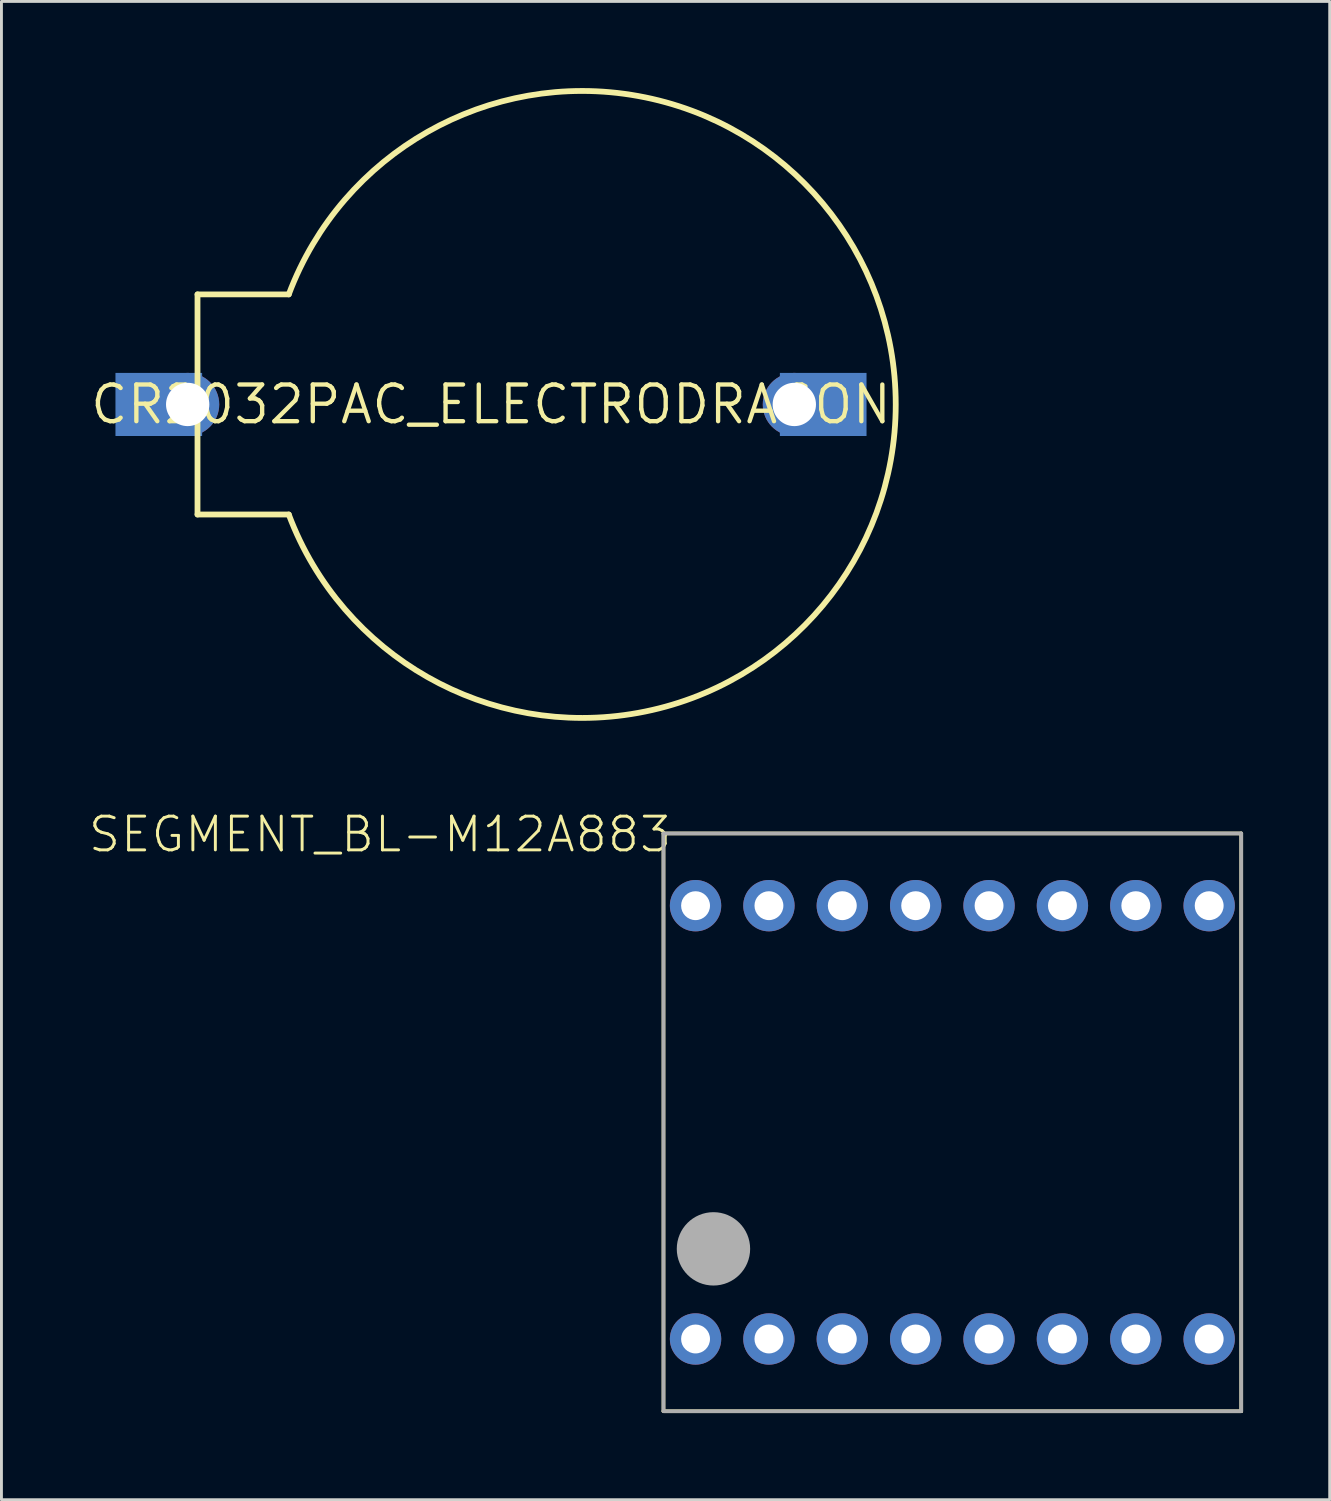
<source format=kicad_pcb>
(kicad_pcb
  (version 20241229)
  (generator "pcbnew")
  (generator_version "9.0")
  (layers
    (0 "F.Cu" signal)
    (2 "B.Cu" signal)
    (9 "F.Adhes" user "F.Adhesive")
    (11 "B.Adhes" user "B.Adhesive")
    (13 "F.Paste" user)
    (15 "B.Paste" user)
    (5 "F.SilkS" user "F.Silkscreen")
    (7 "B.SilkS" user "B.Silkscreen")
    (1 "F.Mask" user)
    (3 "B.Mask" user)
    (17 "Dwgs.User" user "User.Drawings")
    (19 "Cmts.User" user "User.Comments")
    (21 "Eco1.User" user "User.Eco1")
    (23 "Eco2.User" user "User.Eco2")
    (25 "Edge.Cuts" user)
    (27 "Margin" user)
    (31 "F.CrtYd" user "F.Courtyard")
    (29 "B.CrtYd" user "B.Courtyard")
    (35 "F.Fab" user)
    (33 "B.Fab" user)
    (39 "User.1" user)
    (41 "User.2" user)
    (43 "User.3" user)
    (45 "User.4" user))
  (footprint "CR2032PAC_ELECTRODRAGON"
    (layer "F.Cu")
    (at 13.947 10.951)
    (property "Reference" "CR2032PAC_ELECTRODRAGON" (at 0 0 0) (unlocked yes) (layer "F.SilkS") (effects (font (size 1.27 1.27) (thickness 0.15))))
    (attr exclude_from_pos_files exclude_from_bom dnp)
    (fp_line (start -10.16 3.81) (end -10.16 -3.81) (stroke (width 0.2) (type solid)) (layer "F.SilkS"))
    (fp_line (start -7 -3.81) (end -10.16 -3.81) (stroke (width 0.2) (type solid)) (layer "F.SilkS"))
    (fp_line (start -7 3.81) (end -10.16 3.81) (stroke (width 0.2) (type solid)) (layer "F.SilkS"))
    (fp_line (start -6.985 -3.81) (end -7 -3.81) (stroke (width 0.127) (type solid)) (layer "F.SilkS"))
    (fp_line (start -6.985 3.81) (end -7 3.81) (stroke (width 0.127) (type solid)) (layer "F.SilkS"))
    (fp_arc (start -7 -3.81) (mid 14.010885 0) (end -7 3.81) (stroke (width 0.2) (type solid)) (layer "F.SilkS"))
    (pad "+" thru_hole circle (at -10.5 0) (size 2.184 2.184) (drill 1.5) (layers "*.Cu" "*.Mask"))
    (pad "-" thru_hole circle (at 10.5 0) (size 2.184 2.184) (drill 1.5) (layers "*.Cu" "*.Mask"))
    (pad "1" smd rect (at -11.5 0 90) (size 2.184 3) (layers "B.Cu" "B.Mask" "B.Paste"))
    (pad "2" smd rect (at 11.5 0 270) (size 2.184 3) (layers "B.Cu" "B.Mask" "B.Paste")))
  (footprint "SEGMENT_BL-M12A883"
    (layer "F.Cu")
    (at 29.918 35.802)
    (property "Reference" "SEGMENT_BL-M12A883" (at -9.65 -10.65 0) (unlocked yes) (layer "F.SilkS") (effects (font (size 1.168 1.168) (thickness 0.102)) (justify right top)))
    (attr exclude_from_pos_files exclude_from_bom dnp)
    (fp_line (start -10 -10) (end 10 -10) (stroke (width 0.127) (type solid)) (layer "F.SilkS"))
    (fp_line (start -10 10) (end -10 -10) (stroke (width 0.127) (type solid)) (layer "F.SilkS"))
    (fp_line (start 10 -10) (end 10 10) (stroke (width 0.127) (type solid)) (layer "F.SilkS"))
    (fp_line (start 10 10) (end -10 10) (stroke (width 0.127) (type solid)) (layer "F.SilkS"))
    (fp_line (start -10 -10) (end 10 -10) (stroke (width 0.127) (type solid)) (layer "F.Fab"))
    (fp_line (start -10 10) (end -10 -10) (stroke (width 0.127) (type solid)) (layer "F.Fab"))
    (fp_line (start 10 -10) (end 10 10) (stroke (width 0.127) (type solid)) (layer "F.Fab"))
    (fp_line (start 10 10) (end -10 10) (stroke (width 0.127) (type solid)) (layer "F.Fab"))
    (fp_circle (center -8.27 4.38) (end -7.635 4.38) (stroke (width 1.27) (type solid)) (fill no) (layer "F.Fab"))
    (pad "1" thru_hole circle (at -8.89 7.5) (size 1.778 1.778) (drill 1) (layers "*.Cu" "*.Mask"))
    (pad "2" thru_hole circle (at -6.35 7.5) (size 1.778 1.778) (drill 1) (layers "*.Cu" "*.Mask"))
    (pad "3" thru_hole circle (at -3.81 7.5) (size 1.778 1.778) (drill 1) (layers "*.Cu" "*.Mask"))
    (pad "4" thru_hole circle (at -1.27 7.5) (size 1.778 1.778) (drill 1) (layers "*.Cu" "*.Mask"))
    (pad "5" thru_hole circle (at 1.27 7.5) (size 1.778 1.778) (drill 1) (layers "*.Cu" "*.Mask"))
    (pad "6" thru_hole circle (at 3.81 7.5) (size 1.778 1.778) (drill 1) (layers "*.Cu" "*.Mask"))
    (pad "7" thru_hole circle (at 6.35 7.5) (size 1.778 1.778) (drill 1) (layers "*.Cu" "*.Mask"))
    (pad "8" thru_hole circle (at 8.89 7.5) (size 1.778 1.778) (drill 1) (layers "*.Cu" "*.Mask"))
    (pad "9" thru_hole circle (at 8.89 -7.5 180) (size 1.778 1.778) (drill 1) (layers "*.Cu" "*.Mask"))
    (pad "10" thru_hole circle (at 6.35 -7.5 180) (size 1.778 1.778) (drill 1) (layers "*.Cu" "*.Mask"))
    (pad "11" thru_hole circle (at 3.81 -7.5 180) (size 1.778 1.778) (drill 1) (layers "*.Cu" "*.Mask"))
    (pad "12" thru_hole circle (at 1.27 -7.5 180) (size 1.778 1.778) (drill 1) (layers "*.Cu" "*.Mask"))
    (pad "13" thru_hole circle (at -1.27 -7.5 180) (size 1.778 1.778) (drill 1) (layers "*.Cu" "*.Mask"))
    (pad "14" thru_hole circle (at -3.81 -7.5 180) (size 1.778 1.778) (drill 1) (layers "*.Cu" "*.Mask"))
    (pad "15" thru_hole circle (at -6.35 -7.5 180) (size 1.778 1.778) (drill 1) (layers "*.Cu" "*.Mask"))
    (pad "16" thru_hole circle (at -8.89 -7.5 180) (size 1.778 1.778) (drill 1) (layers "*.Cu" "*.Mask")))
  (gr_rect
    (start -3 -3)
    (end 42.981 48.866)
    (stroke (width 0.1) (type default))
    (fill no)
    (layer "Edge.Cuts")))
</source>
